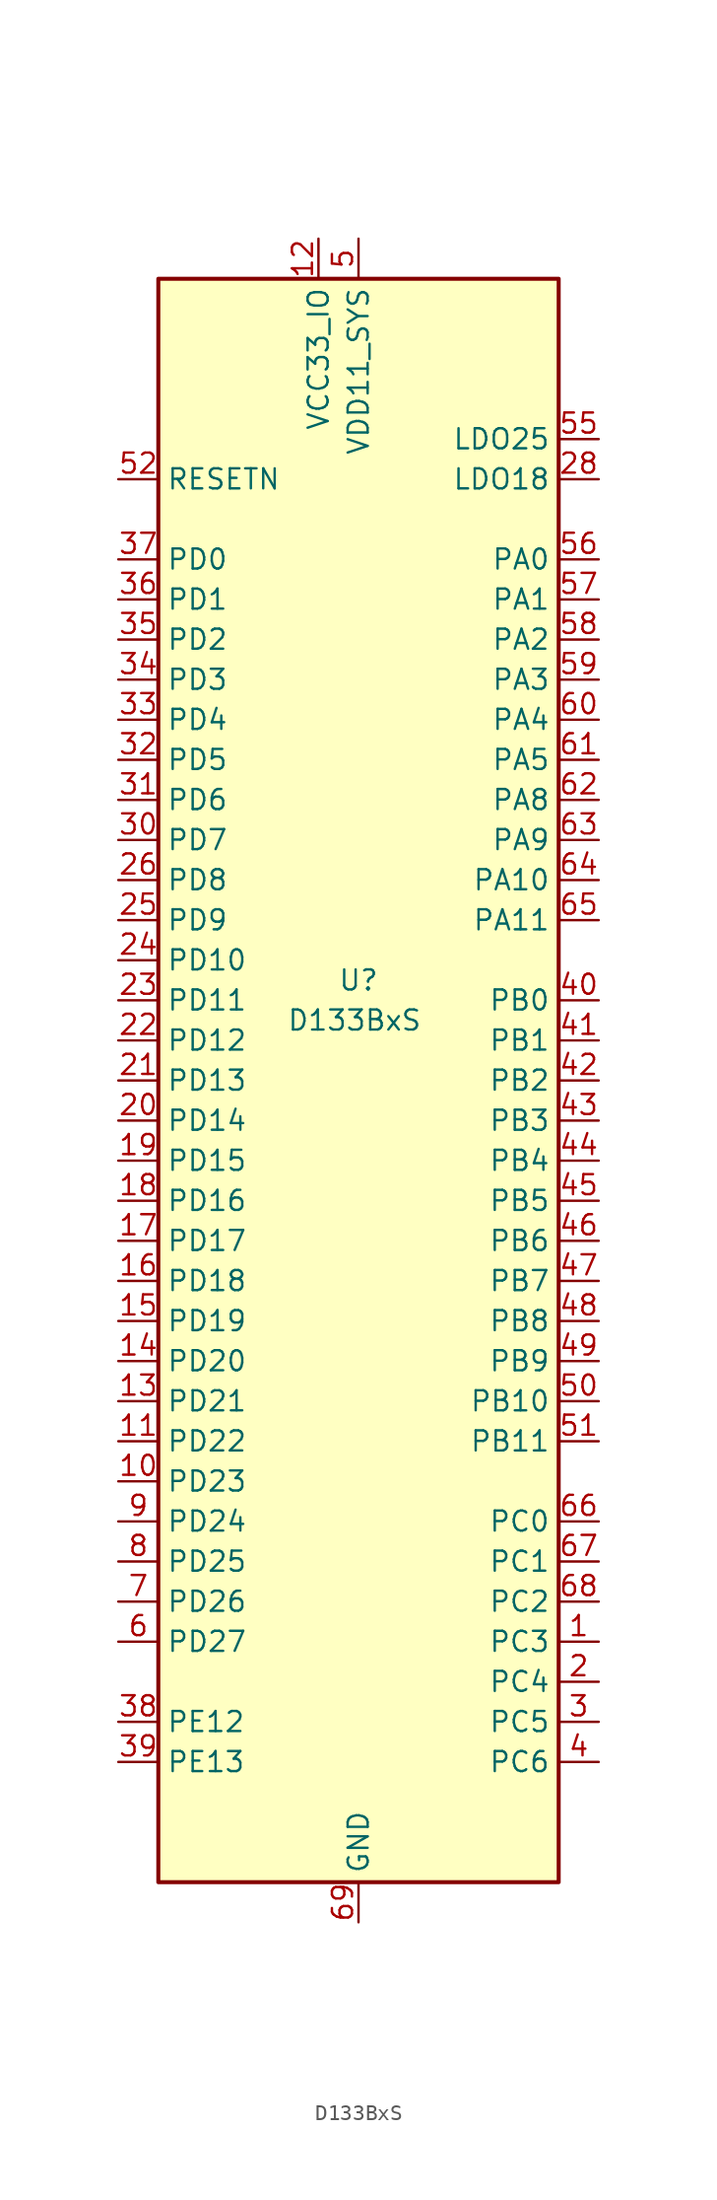
<source format=kicad_sym>
(kicad_symbol_lib
  (version 20231120)
  (generator "kicad_symbol_editor")
  (generator_version "8.0")
  (symbol "D133BxS"
    (property "Reference" "U"
      (at 0 6.35 0)
      (effects (font (size 1.27 1.27))))
    (property "Value" "D133BxS"
      (at -0.254 3.81 0)
      (effects (font (size 1.27 1.27))))
    (symbol "D133BxS_1_0"
      (pin bidirectional line (at 15.24 -35.56 180) (length 2.54) (name "PC3" (effects (font (size 1.27 1.27)))) (number "1" (effects (font (size 1.27 1.27)))))
      (pin bidirectional line (at -15.24 -25.4 0) (length 2.54) (name "PD23" (effects (font (size 1.27 1.27)))) (number "10" (effects (font (size 1.27 1.27)))))
      (pin bidirectional line (at -15.24 -22.86 0) (length 2.54) (name "PD22" (effects (font (size 1.27 1.27)))) (number "11" (effects (font (size 1.27 1.27)))))
      (pin power_in line (at -2.54 53.34 270) (length 2.54) (name "VCC33_IO" (effects (font (size 1.27 1.27)))) (number "12" (effects (font (size 1.27 1.27)))))
      (pin bidirectional line (at -15.24 -20.32 0) (length 2.54) (name "PD21" (effects (font (size 1.27 1.27)))) (number "13" (effects (font (size 1.27 1.27)))))
      (pin bidirectional line (at -15.24 -17.78 0) (length 2.54) (name "PD20" (effects (font (size 1.27 1.27)))) (number "14" (effects (font (size 1.27 1.27)))))
      (pin bidirectional line (at -15.24 -15.24 0) (length 2.54) (name "PD19" (effects (font (size 1.27 1.27)))) (number "15" (effects (font (size 1.27 1.27)))))
      (pin bidirectional line (at -15.24 -12.7 0) (length 2.54) (name "PD18" (effects (font (size 1.27 1.27)))) (number "16" (effects (font (size 1.27 1.27)))))
      (pin bidirectional line (at -15.24 -10.16 0) (length 2.54) (name "PD17" (effects (font (size 1.27 1.27)))) (number "17" (effects (font (size 1.27 1.27)))))
      (pin bidirectional line (at -15.24 -7.62 0) (length 2.54) (name "PD16" (effects (font (size 1.27 1.27)))) (number "18" (effects (font (size 1.27 1.27)))))
      (pin bidirectional line (at -15.24 -5.08 0) (length 2.54) (name "PD15" (effects (font (size 1.27 1.27)))) (number "19" (effects (font (size 1.27 1.27)))))
      (pin bidirectional line (at 15.24 -38.1 180) (length 2.54) (name "PC4" (effects (font (size 1.27 1.27)))) (number "2" (effects (font (size 1.27 1.27)))))
      (pin bidirectional line (at -15.24 -2.54 0) (length 2.54) (name "PD14" (effects (font (size 1.27 1.27)))) (number "20" (effects (font (size 1.27 1.27)))))
      (pin bidirectional line (at -15.24 0 0) (length 2.54) (name "PD13" (effects (font (size 1.27 1.27)))) (number "21" (effects (font (size 1.27 1.27)))))
      (pin bidirectional line (at -15.24 2.54 0) (length 2.54) (name "PD12" (effects (font (size 1.27 1.27)))) (number "22" (effects (font (size 1.27 1.27)))))
      (pin bidirectional line (at -15.24 5.08 0) (length 2.54) (name "PD11" (effects (font (size 1.27 1.27)))) (number "23" (effects (font (size 1.27 1.27)))))
      (pin bidirectional line (at -15.24 7.62 0) (length 2.54) (name "PD10" (effects (font (size 1.27 1.27)))) (number "24" (effects (font (size 1.27 1.27)))))
      (pin bidirectional line (at -15.24 10.16 0) (length 2.54) (name "PD9" (effects (font (size 1.27 1.27)))) (number "25" (effects (font (size 1.27 1.27)))))
      (pin bidirectional line (at -15.24 12.7 0) (length 2.54) (name "PD8" (effects (font (size 1.27 1.27)))) (number "26" (effects (font (size 1.27 1.27)))))
      (pin bidirectional line (at 0 53.34 270) (length 2.54) hide (name "VDD11_SYS" (effects (font (size 1.27 1.27)))) (number "27" (effects (font (size 1.27 1.27)))))
      (pin power_out line (at 15.24 38.1 180) (length 2.54) (name "LDO18" (effects (font (size 1.27 1.27)))) (number "28" (effects (font (size 1.27 1.27)))))
      (pin passive line (at -2.54 53.34 270) (length 2.54) hide (name "VCC33_IO" (effects (font (size 1.27 1.27)))) (number "29" (effects (font (size 1.27 1.27)))))
      (pin bidirectional line (at 15.24 -40.64 180) (length 2.54) (name "PC5" (effects (font (size 1.27 1.27)))) (number "3" (effects (font (size 1.27 1.27)))))
      (pin bidirectional line (at -15.24 15.24 0) (length 2.54) (name "PD7" (effects (font (size 1.27 1.27)))) (number "30" (effects (font (size 1.27 1.27)))))
      (pin bidirectional line (at -15.24 17.78 0) (length 2.54) (name "PD6" (effects (font (size 1.27 1.27)))) (number "31" (effects (font (size 1.27 1.27)))))
      (pin bidirectional line (at -15.24 20.32 0) (length 2.54) (name "PD5" (effects (font (size 1.27 1.27)))) (number "32" (effects (font (size 1.27 1.27)))))
      (pin bidirectional line (at -15.24 22.86 0) (length 2.54) (name "PD4" (effects (font (size 1.27 1.27)))) (number "33" (effects (font (size 1.27 1.27)))))
      (pin bidirectional line (at -15.24 25.4 0) (length 2.54) (name "PD3" (effects (font (size 1.27 1.27)))) (number "34" (effects (font (size 1.27 1.27)))))
      (pin bidirectional line (at -15.24 27.94 0) (length 2.54) (name "PD2" (effects (font (size 1.27 1.27)))) (number "35" (effects (font (size 1.27 1.27)))))
      (pin bidirectional line (at -15.24 30.48 0) (length 2.54) (name "PD1" (effects (font (size 1.27 1.27)))) (number "36" (effects (font (size 1.27 1.27)))))
      (pin bidirectional line (at -15.24 33.02 0) (length 2.54) (name "PD0" (effects (font (size 1.27 1.27)))) (number "37" (effects (font (size 1.27 1.27)))))
      (pin bidirectional line (at -15.24 -40.64 0) (length 2.54) (name "PE12" (effects (font (size 1.27 1.27)))) (number "38" (effects (font (size 1.27 1.27)))))
      (pin bidirectional line (at -15.24 -43.18 0) (length 2.54) (name "PE13" (effects (font (size 1.27 1.27)))) (number "39" (effects (font (size 1.27 1.27)))))
      (pin bidirectional line (at 15.24 -43.18 180) (length 2.54) (name "PC6" (effects (font (size 1.27 1.27)))) (number "4" (effects (font (size 1.27 1.27)))))
      (pin bidirectional line (at 15.24 5.08 180) (length 2.54) (name "PB0" (effects (font (size 1.27 1.27)))) (number "40" (effects (font (size 1.27 1.27)))))
      (pin bidirectional line (at 15.24 2.54 180) (length 2.54) (name "PB1" (effects (font (size 1.27 1.27)))) (number "41" (effects (font (size 1.27 1.27)))))
      (pin bidirectional line (at 15.24 0 180) (length 2.54) (name "PB2" (effects (font (size 1.27 1.27)))) (number "42" (effects (font (size 1.27 1.27)))))
      (pin bidirectional line (at 15.24 -2.54 180) (length 2.54) (name "PB3" (effects (font (size 1.27 1.27)))) (number "43" (effects (font (size 1.27 1.27)))))
      (pin bidirectional line (at 15.24 -5.08 180) (length 2.54) (name "PB4" (effects (font (size 1.27 1.27)))) (number "44" (effects (font (size 1.27 1.27)))))
      (pin bidirectional line (at 15.24 -7.62 180) (length 2.54) (name "PB5" (effects (font (size 1.27 1.27)))) (number "45" (effects (font (size 1.27 1.27)))))
      (pin bidirectional line (at 15.24 -10.16 180) (length 2.54) (name "PB6" (effects (font (size 1.27 1.27)))) (number "46" (effects (font (size 1.27 1.27)))))
      (pin bidirectional line (at 15.24 -12.7 180) (length 2.54) (name "PB7" (effects (font (size 1.27 1.27)))) (number "47" (effects (font (size 1.27 1.27)))))
      (pin bidirectional line (at 15.24 -15.24 180) (length 2.54) (name "PB8" (effects (font (size 1.27 1.27)))) (number "48" (effects (font (size 1.27 1.27)))))
      (pin bidirectional line (at 15.24 -17.78 180) (length 2.54) (name "PB9" (effects (font (size 1.27 1.27)))) (number "49" (effects (font (size 1.27 1.27)))))
      (pin bidirectional line (at 0 53.34 270) (length 2.54) (name "VDD11_SYS" (effects (font (size 1.27 1.27)))) (number "5" (effects (font (size 1.27 1.27)))))
      (pin bidirectional line (at 15.24 -20.32 180) (length 2.54) (name "PB10" (effects (font (size 1.27 1.27)))) (number "50" (effects (font (size 1.27 1.27)))))
      (pin bidirectional line (at 15.24 -22.86 180) (length 2.54) (name "PB11" (effects (font (size 1.27 1.27)))) (number "51" (effects (font (size 1.27 1.27)))))
      (pin input line (at -15.24 38.1 0) (length 2.54) (name "RESETN" (effects (font (size 1.27 1.27)))) (number "52" (effects (font (size 1.27 1.27)))))
      (pin bidirectional line (at 0 53.34 270) (length 2.54) hide (name "VDD11_SYS" (effects (font (size 1.27 1.27)))) (number "53" (effects (font (size 1.27 1.27)))))
      (pin passive line (at -2.54 53.34 270) (length 2.54) hide (name "VCC33_IO" (effects (font (size 1.27 1.27)))) (number "54" (effects (font (size 1.27 1.27)))))
      (pin power_out line (at 15.24 40.64 180) (length 2.54) (name "LDO25" (effects (font (size 1.27 1.27)))) (number "55" (effects (font (size 1.27 1.27)))))
      (pin bidirectional line (at 15.24 33.02 180) (length 2.54) (name "PA0" (effects (font (size 1.27 1.27)))) (number "56" (effects (font (size 1.27 1.27)))))
      (pin bidirectional line (at 15.24 30.48 180) (length 2.54) (name "PA1" (effects (font (size 1.27 1.27)))) (number "57" (effects (font (size 1.27 1.27)))))
      (pin bidirectional line (at 15.24 27.94 180) (length 2.54) (name "PA2" (effects (font (size 1.27 1.27)))) (number "58" (effects (font (size 1.27 1.27)))))
      (pin bidirectional line (at 15.24 25.4 180) (length 2.54) (name "PA3" (effects (font (size 1.27 1.27)))) (number "59" (effects (font (size 1.27 1.27)))))
      (pin bidirectional line (at -15.24 -35.56 0) (length 2.54) (name "PD27" (effects (font (size 1.27 1.27)))) (number "6" (effects (font (size 1.27 1.27)))))
      (pin bidirectional line (at 15.24 22.86 180) (length 2.54) (name "PA4" (effects (font (size 1.27 1.27)))) (number "60" (effects (font (size 1.27 1.27)))))
      (pin bidirectional line (at 15.24 20.32 180) (length 2.54) (name "PA5" (effects (font (size 1.27 1.27)))) (number "61" (effects (font (size 1.27 1.27)))))
      (pin bidirectional line (at 15.24 17.78 180) (length 2.54) (name "PA8" (effects (font (size 1.27 1.27)))) (number "62" (effects (font (size 1.27 1.27)))))
      (pin bidirectional line (at 15.24 15.24 180) (length 2.54) (name "PA9" (effects (font (size 1.27 1.27)))) (number "63" (effects (font (size 1.27 1.27)))))
      (pin bidirectional line (at 15.24 12.7 180) (length 2.54) (name "PA10" (effects (font (size 1.27 1.27)))) (number "64" (effects (font (size 1.27 1.27)))))
      (pin bidirectional line (at 15.24 10.16 180) (length 2.54) (name "PA11" (effects (font (size 1.27 1.27)))) (number "65" (effects (font (size 1.27 1.27)))))
      (pin bidirectional line (at 15.24 -27.94 180) (length 2.54) (name "PC0" (effects (font (size 1.27 1.27)))) (number "66" (effects (font (size 1.27 1.27)))))
      (pin bidirectional line (at 15.24 -30.48 180) (length 2.54) (name "PC1" (effects (font (size 1.27 1.27)))) (number "67" (effects (font (size 1.27 1.27)))))
      (pin bidirectional line (at 15.24 -33.02 180) (length 2.54) (name "PC2" (effects (font (size 1.27 1.27)))) (number "68" (effects (font (size 1.27 1.27)))))
      (pin bidirectional line (at -15.24 -33.02 0) (length 2.54) (name "PD26" (effects (font (size 1.27 1.27)))) (number "7" (effects (font (size 1.27 1.27)))))
      (pin bidirectional line (at -15.24 -30.48 0) (length 2.54) (name "PD25" (effects (font (size 1.27 1.27)))) (number "8" (effects (font (size 1.27 1.27)))))
      (pin bidirectional line (at -15.24 -27.94 0) (length 2.54) (name "PD24" (effects (font (size 1.27 1.27)))) (number "9" (effects (font (size 1.27 1.27))))))
    (symbol "D133BxS_1_1"
      (rectangle (start -12.7 50.8) (end 12.7 -50.8) (stroke (width 0.254) (type default)) (fill (type background)))
      (pin power_in line (at 0 -53.34 90) (length 2.54) (name "GND" (effects (font (size 1.27 1.27)))) (number "69" (effects (font (size 1.27 1.27))))))))
</source>
